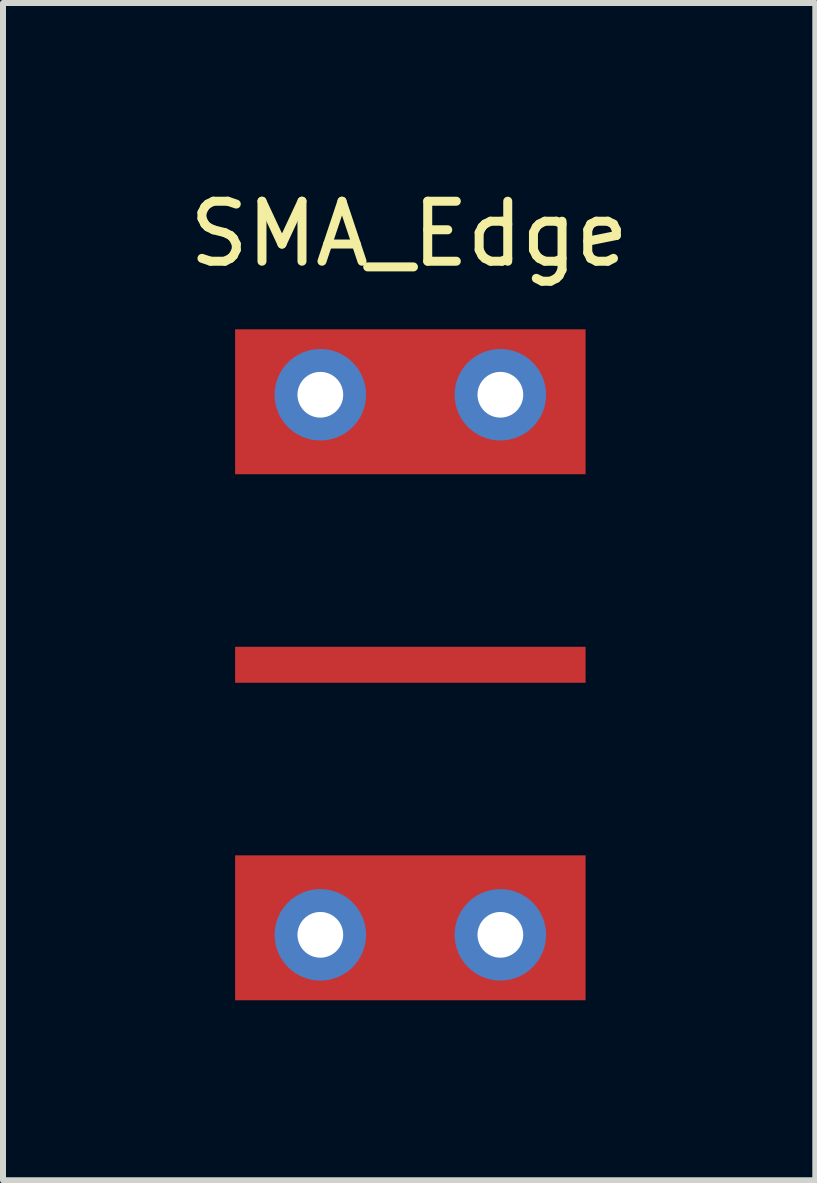
<source format=kicad_pcb>
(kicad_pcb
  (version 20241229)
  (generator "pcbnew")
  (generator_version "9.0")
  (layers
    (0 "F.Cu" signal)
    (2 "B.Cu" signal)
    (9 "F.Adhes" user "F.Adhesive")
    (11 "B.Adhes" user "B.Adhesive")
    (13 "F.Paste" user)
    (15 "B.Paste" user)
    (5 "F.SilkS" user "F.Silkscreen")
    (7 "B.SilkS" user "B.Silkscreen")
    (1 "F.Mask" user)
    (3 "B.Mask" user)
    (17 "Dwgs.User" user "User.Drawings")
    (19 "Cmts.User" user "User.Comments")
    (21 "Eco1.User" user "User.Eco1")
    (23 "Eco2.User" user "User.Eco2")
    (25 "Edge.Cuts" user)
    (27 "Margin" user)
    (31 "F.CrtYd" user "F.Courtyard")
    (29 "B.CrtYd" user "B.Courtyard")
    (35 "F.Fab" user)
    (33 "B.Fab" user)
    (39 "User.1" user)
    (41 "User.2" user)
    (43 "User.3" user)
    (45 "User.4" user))
  (footprint "SMA_Edge"
    (layer "F.Cu")
    (at 3.788 8.028)
    (property "Reference" "SMA_Edge" (at -0.02 -7.18 0) (layer "F.SilkS") (effects (font (size 1 1) (thickness 0.15))))
    (attr through_hole)
    (pad "1" smd rect (at 0 0) (size 5.84 0.6) (layers "F.Cu" "F.Mask" "F.Paste"))
    (pad "2" thru_hole circle (at -1.5 -4.5) (size 1.524 1.524) (drill 0.762) (layers "*.Cu" "*.Mask"))
    (pad "2" thru_hole circle (at -1.5 4.5) (size 1.524 1.524) (drill 0.762) (layers "*.Cu" "*.Mask"))
    (pad "2" smd rect (at 0 -4.383) (size 5.84 2.415) (layers "F.Cu" "F.Mask" "F.Paste"))
    (pad "2" smd rect (at 0 4.383) (size 5.84 2.415) (layers "F.Cu" "F.Mask" "F.Paste"))
    (pad "2" thru_hole circle (at 1.5 -4.5) (size 1.524 1.524) (drill 0.762) (layers "*.Cu" "*.Mask"))
    (pad "2" thru_hole circle (at 1.5 4.5) (size 1.524 1.524) (drill 0.762) (layers "*.Cu" "*.Mask")))
  (gr_rect
    (start -3 -3)
    (end 10.536 16.618)
    (stroke (width 0.1) (type default))
    (fill no)
    (layer "Edge.Cuts")))
</source>
